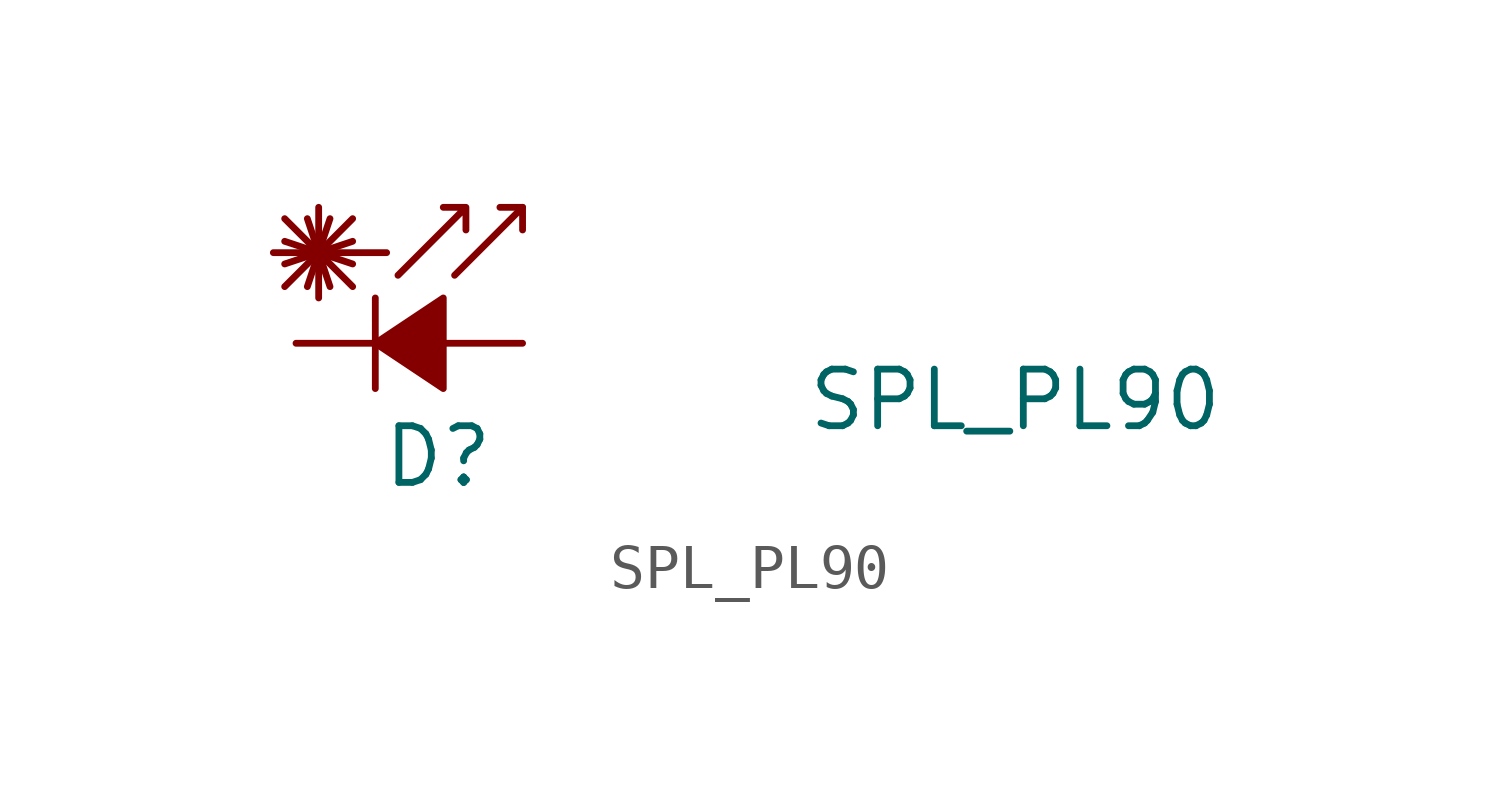
<source format=kicad_sym>
(kicad_symbol_lib
  (version 20210619)
  (generator kicad_symbol_editor)
  (symbol "SPL_PL90"
    (pin_numbers hide)
    (pin_names
      (offset 0.254) hide)
    (property "Reference" "D"
      (at -0.635 -2.54 0)
      (effects (font (size 1.27 1.27)) (justify left)))
    (property "Value" "SPL_PL90"
      (at 8.89 -1.27 0)
      (effects (font (size 1.27 1.27)) (justify left)))
    (symbol "SPL_PL90_0_1"
      (polyline (pts (xy -0.762 -1.016) (xy -0.762 1.016)) (stroke (width 0)) (fill (type none)))
      (polyline (pts (xy -0.762 0) (xy 0.762 0)) (stroke (width 0)) (fill (type none)))
      (polyline (pts (xy 0.762 -1.016) (xy -0.762 0) (xy 0.762 1.016) (xy 0.762 -1.016)) (stroke (width 0)) (fill (type outline))))
    (symbol "SPL_PL90_1_1"
      (polyline (pts (xy -2.794 1.27) (xy -1.27 2.794)) (stroke (width 0)) (fill (type none)))
      (polyline (pts (xy -2.794 1.778) (xy -1.27 2.286)) (stroke (width 0)) (fill (type none)))
      (polyline (pts (xy -2.794 2.286) (xy -1.27 1.778)) (stroke (width 0)) (fill (type none)))
      (polyline (pts (xy -2.794 2.794) (xy -1.27 1.27)) (stroke (width 0)) (fill (type none)))
      (polyline (pts (xy -2.286 2.794) (xy -1.778 1.27)) (stroke (width 0)) (fill (type none)))
      (polyline (pts (xy -2.032 2.032) (xy -2.032 1.016)) (stroke (width 0)) (fill (type none)))
      (polyline (pts (xy -2.032 2.032) (xy -2.032 3.048)) (stroke (width 0)) (fill (type none)))
      (polyline (pts (xy -1.778 2.794) (xy -2.286 1.27)) (stroke (width 0)) (fill (type none)))
      (polyline (pts (xy -0.508 2.032) (xy -3.048 2.032)) (stroke (width 0)) (fill (type none)))
      (polyline (pts (xy 2.54 3.048) (xy 2.032 3.048)) (stroke (width 0)) (fill (type none)))
      (polyline (pts (xy 1.016 1.524) (xy 2.54 3.048) (xy 2.54 2.54)) (stroke (width 0)) (fill (type none)))
      (polyline (pts (xy -0.254 1.524) (xy 1.27 3.048) (xy 1.27 2.54) (xy 1.27 3.048) (xy 0.762 3.048)) (stroke (width 0)) (fill (type none)))
      (pin passive line (at -2.54 0 0) (length 1.778) (name "K" (effects (font (size 1.27 1.27)))) (number "1" (effects (font (size 1.27 1.27)))))
      (pin passive line (at 2.54 0 180) (length 1.778) (name "A" (effects (font (size 1.27 1.27)))) (number "2" (effects (font (size 1.27 1.27))))))))
</source>
